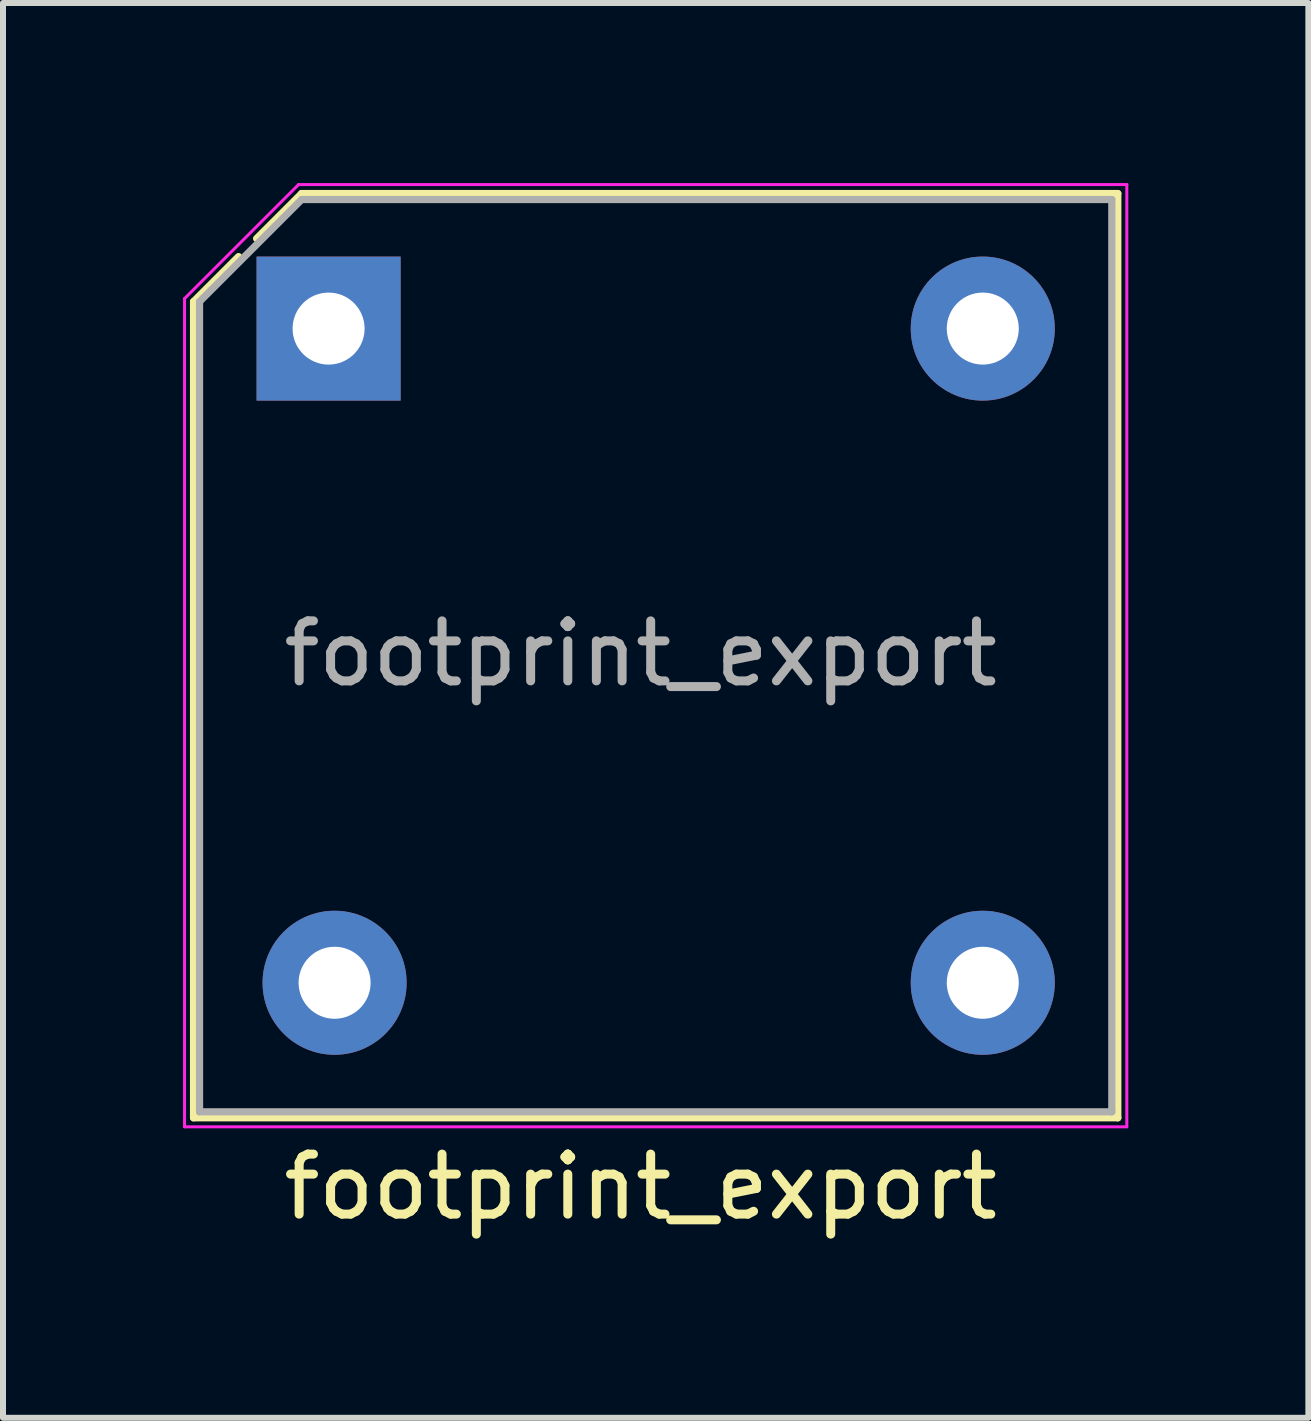
<source format=kicad_pcb>
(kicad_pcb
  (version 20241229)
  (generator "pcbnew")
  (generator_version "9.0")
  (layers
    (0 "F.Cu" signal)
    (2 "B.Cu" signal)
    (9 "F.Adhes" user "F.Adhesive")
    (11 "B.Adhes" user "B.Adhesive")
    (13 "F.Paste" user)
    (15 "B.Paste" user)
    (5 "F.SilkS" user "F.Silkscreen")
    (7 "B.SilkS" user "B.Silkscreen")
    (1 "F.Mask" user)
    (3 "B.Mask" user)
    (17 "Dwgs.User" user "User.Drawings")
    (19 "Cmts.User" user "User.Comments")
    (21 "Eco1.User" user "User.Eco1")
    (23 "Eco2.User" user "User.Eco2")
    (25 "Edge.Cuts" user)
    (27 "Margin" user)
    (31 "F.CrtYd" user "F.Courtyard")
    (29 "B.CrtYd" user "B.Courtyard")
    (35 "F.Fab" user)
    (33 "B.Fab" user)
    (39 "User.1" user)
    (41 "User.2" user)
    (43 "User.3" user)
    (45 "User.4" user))
  (footprint "footprint_export"
    (layer "F.Cu")
    (at 2.425 2.425)
    (property "Reference" "footprint_export" (at 5.2 14.3 180) (layer "F.SilkS") (effects (font (size 1 1) (thickness 0.15))))
    (attr through_hole)
    (fp_line (start -2.25 -0.45) (end -1.5 -1.2) (stroke (width 0.12) (type solid)) (layer "F.SilkS"))
    (fp_line (start -2.25 13.15) (end -2.25 -0.45) (stroke (width 0.12) (type solid)) (layer "F.SilkS"))
    (fp_line (start -1.2 -1.5) (end -0.45 -2.25) (stroke (width 0.12) (type solid)) (layer "F.SilkS"))
    (fp_line (start -0.45 -2.25) (end 13.15 -2.25) (stroke (width 0.12) (type solid)) (layer "F.SilkS"))
    (fp_line (start 13.15 -2.25) (end 13.15 13.15) (stroke (width 0.12) (type solid)) (layer "F.SilkS"))
    (fp_line (start 13.15 13.15) (end -2.25 13.15) (stroke (width 0.12) (type solid)) (layer "F.SilkS"))
    (fp_line (start -2.4 -0.5) (end -0.5 -2.4) (stroke (width 0.05) (type solid)) (layer "F.CrtYd"))
    (fp_line (start -2.4 13.3) (end -2.4 -0.5) (stroke (width 0.05) (type solid)) (layer "F.CrtYd"))
    (fp_line (start -0.5 -2.4) (end 13.3 -2.4) (stroke (width 0.05) (type solid)) (layer "F.CrtYd"))
    (fp_line (start 13.3 -2.4) (end 13.3 13.3) (stroke (width 0.05) (type solid)) (layer "F.CrtYd"))
    (fp_line (start 13.3 13.3) (end -2.4 13.3) (stroke (width 0.05) (type solid)) (layer "F.CrtYd"))
    (fp_line (start -2.15 -0.45) (end -0.45 -2.15) (stroke (width 0.12) (type solid)) (layer "F.Fab"))
    (fp_line (start -2.15 13.05) (end -2.15 -0.45) (stroke (width 0.12) (type solid)) (layer "F.Fab"))
    (fp_line (start -0.45 -2.15) (end 13.05 -2.15) (stroke (width 0.12) (type solid)) (layer "F.Fab"))
    (fp_line (start 13.05 -2.15) (end 13.05 13.05) (stroke (width 0.12) (type solid)) (layer "F.Fab"))
    (fp_line (start 13.05 13.05) (end -2.15 13.05) (stroke (width 0.12) (type solid)) (layer "F.Fab"))
    (fp_text user "${REFERENCE}" (at 5.2 5.415 180) (layer "F.Fab") (effects (font (size 1 1) (thickness 0.15))))
    (pad "1" thru_hole rect (at 0 0 180) (size 2.4 2.4) (drill 1.2) (layers "*.Cu" "*.Mask"))
    (pad "2" thru_hole circle (at 0.1 10.9 180) (size 2.4 2.4) (drill 1.2) (layers "*.Cu" "*.Mask"))
    (pad "3" thru_hole circle (at 10.9 10.9 180) (size 2.4 2.4) (drill 1.2) (layers "*.Cu" "*.Mask"))
    (pad "4" thru_hole circle (at 10.9 0 180) (size 2.4 2.4) (drill 1.2) (layers "*.Cu" "*.Mask")))
  (gr_rect
    (start -3 -3)
    (end 18.75 20.573)
    (stroke (width 0.1) (type default))
    (fill no)
    (layer "Edge.Cuts")))
</source>
